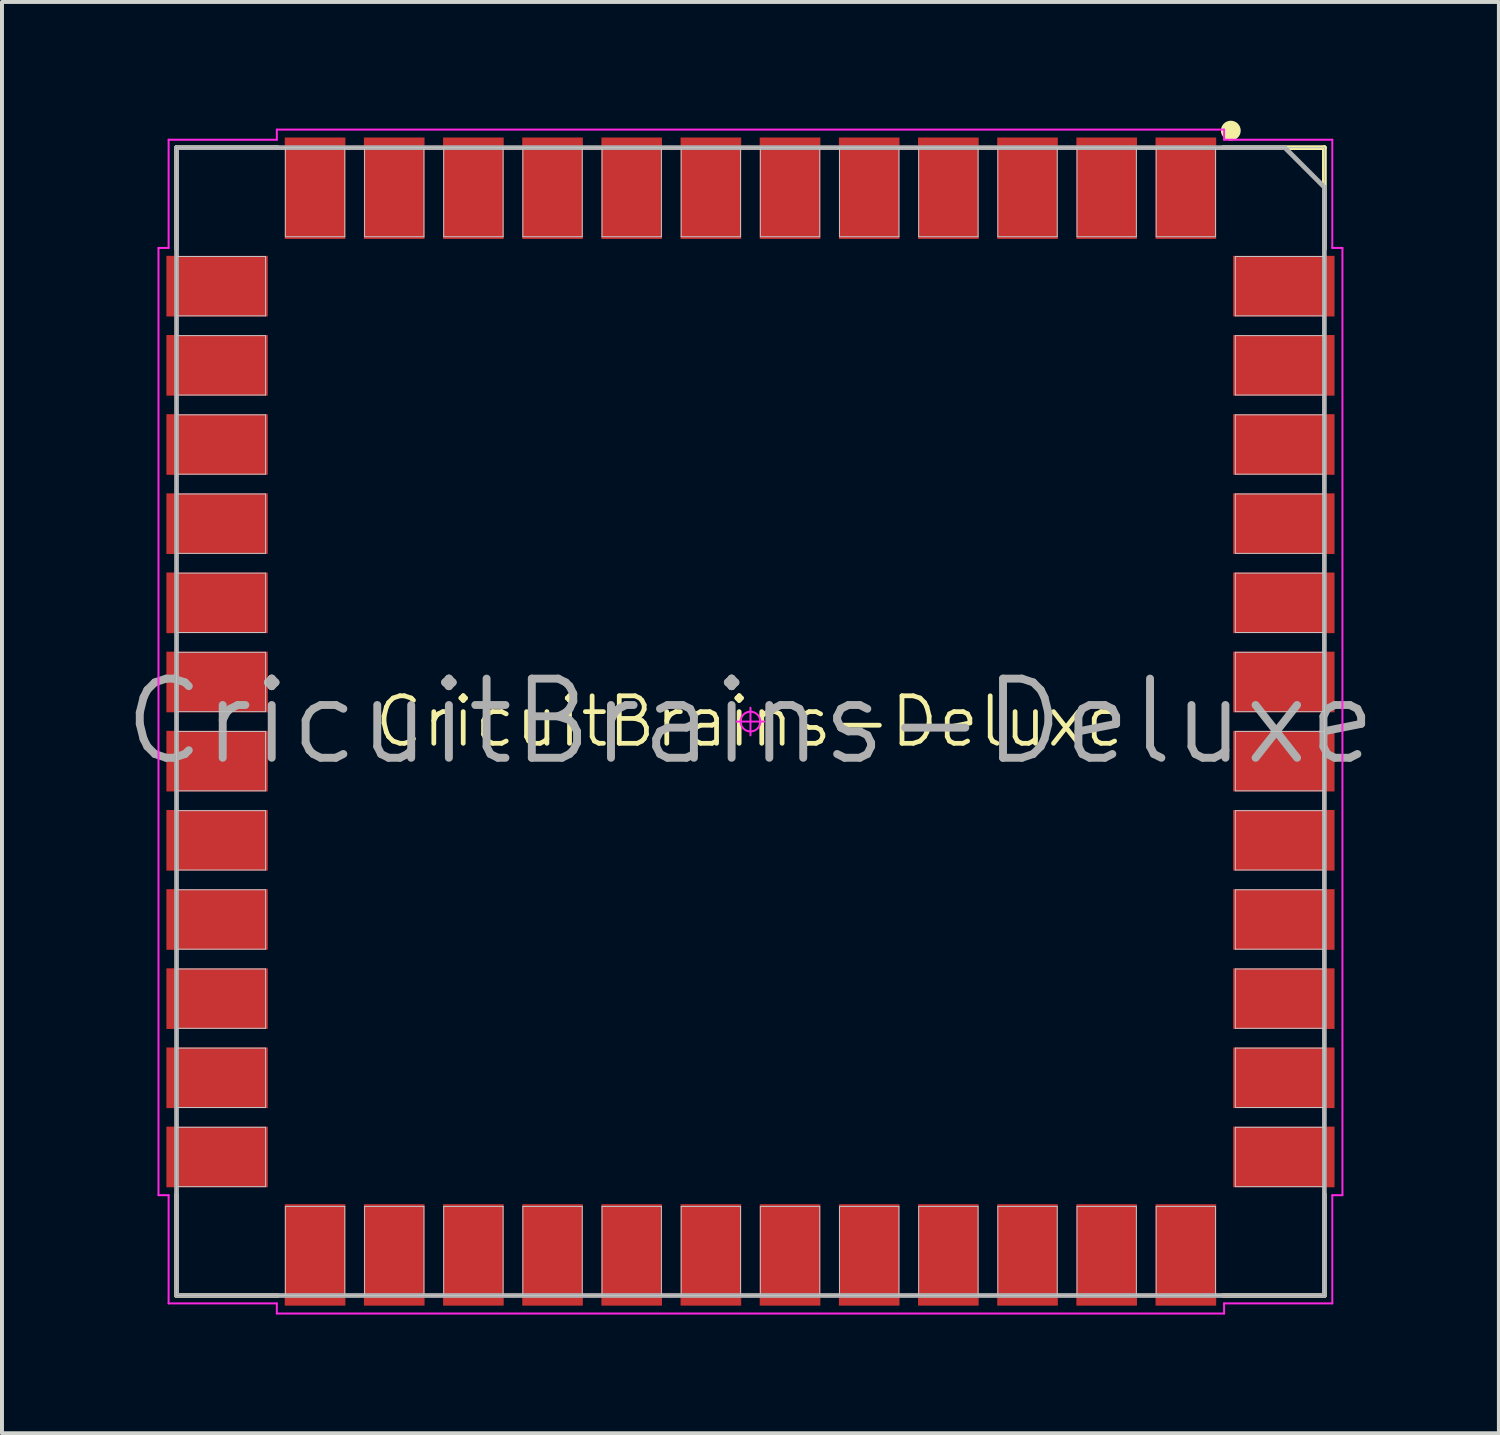
<source format=kicad_pcb>
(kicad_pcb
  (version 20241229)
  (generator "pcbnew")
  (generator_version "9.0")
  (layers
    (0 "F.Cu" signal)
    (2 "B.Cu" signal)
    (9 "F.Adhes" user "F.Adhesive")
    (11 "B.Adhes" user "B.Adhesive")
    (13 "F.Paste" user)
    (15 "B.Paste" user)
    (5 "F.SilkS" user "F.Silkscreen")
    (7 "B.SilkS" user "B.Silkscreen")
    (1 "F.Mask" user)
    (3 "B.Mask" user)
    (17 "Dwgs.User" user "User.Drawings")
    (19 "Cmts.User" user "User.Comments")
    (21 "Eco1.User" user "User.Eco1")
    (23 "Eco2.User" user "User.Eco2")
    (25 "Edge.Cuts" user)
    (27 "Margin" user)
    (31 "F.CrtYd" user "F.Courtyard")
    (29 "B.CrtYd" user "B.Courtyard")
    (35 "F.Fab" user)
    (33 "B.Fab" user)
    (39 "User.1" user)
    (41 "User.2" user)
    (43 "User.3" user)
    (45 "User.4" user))
  (footprint "CricuitBrains-Deluxe"
    (layer "F.Cu")
    (at 15.91 15.18)
    (property "Reference" "CricuitBrains-Deluxe" (at 0 0 0) (layer "F.SilkS") (effects (font (size 1.2 1.2) (thickness 0.12))))
    (attr smd)
    (fp_line (start -14.5 -14.5) (end -14.5 -11.946) (stroke (width 0.12) (type solid)) (layer "F.SilkS"))
    (fp_line (start -14.5 14.5) (end -14.5 11.946) (stroke (width 0.12) (type solid)) (layer "F.SilkS"))
    (fp_line (start -11.946 -14.5) (end -14.5 -14.5) (stroke (width 0.12) (type solid)) (layer "F.SilkS"))
    (fp_line (start -11.946 14.5) (end -14.5 14.5) (stroke (width 0.12) (type solid)) (layer "F.SilkS"))
    (fp_line (start 11.946 -14.5) (end 14.5 -14.5) (stroke (width 0.12) (type solid)) (layer "F.SilkS"))
    (fp_line (start 11.946 14.5) (end 14.5 14.5) (stroke (width 0.12) (type solid)) (layer "F.SilkS"))
    (fp_line (start 14.5 -14.5) (end 14.5 -11.946) (stroke (width 0.12) (type solid)) (layer "F.SilkS"))
    (fp_line (start 14.5 14.5) (end 14.5 11.946) (stroke (width 0.12) (type solid)) (layer "F.SilkS"))
    (fp_circle (center 12.136 -14.93) (end 12.136 -14.805) (stroke (width 0.25) (type solid)) (fill no) (layer "F.SilkS"))
    (fp_line (start -14.5 -14.5) (end 14.5 -14.5) (stroke (width 0.025) (type solid)) (layer "Dwgs.User"))
    (fp_line (start -14.5 -11.75) (end -12.25 -11.75) (stroke (width 0.025) (type solid)) (layer "Dwgs.User"))
    (fp_line (start -14.5 -10.25) (end -14.5 -11.75) (stroke (width 0.025) (type solid)) (layer "Dwgs.User"))
    (fp_line (start -14.5 -9.75) (end -12.25 -9.75) (stroke (width 0.025) (type solid)) (layer "Dwgs.User"))
    (fp_line (start -14.5 -8.25) (end -14.5 -9.75) (stroke (width 0.025) (type solid)) (layer "Dwgs.User"))
    (fp_line (start -14.5 -7.75) (end -12.25 -7.75) (stroke (width 0.025) (type solid)) (layer "Dwgs.User"))
    (fp_line (start -14.5 -6.25) (end -14.5 -7.75) (stroke (width 0.025) (type solid)) (layer "Dwgs.User"))
    (fp_line (start -14.5 -5.75) (end -12.25 -5.75) (stroke (width 0.025) (type solid)) (layer "Dwgs.User"))
    (fp_line (start -14.5 -4.25) (end -14.5 -5.75) (stroke (width 0.025) (type solid)) (layer "Dwgs.User"))
    (fp_line (start -14.5 -3.75) (end -12.25 -3.75) (stroke (width 0.025) (type solid)) (layer "Dwgs.User"))
    (fp_line (start -14.5 -2.25) (end -14.5 -3.75) (stroke (width 0.025) (type solid)) (layer "Dwgs.User"))
    (fp_line (start -14.5 -1.75) (end -12.25 -1.75) (stroke (width 0.025) (type solid)) (layer "Dwgs.User"))
    (fp_line (start -14.5 -0.25) (end -14.5 -1.75) (stroke (width 0.025) (type solid)) (layer "Dwgs.User"))
    (fp_line (start -14.5 0.25) (end -12.25 0.25) (stroke (width 0.025) (type solid)) (layer "Dwgs.User"))
    (fp_line (start -14.5 1.75) (end -14.5 0.25) (stroke (width 0.025) (type solid)) (layer "Dwgs.User"))
    (fp_line (start -14.5 2.25) (end -12.25 2.25) (stroke (width 0.025) (type solid)) (layer "Dwgs.User"))
    (fp_line (start -14.5 3.75) (end -14.5 2.25) (stroke (width 0.025) (type solid)) (layer "Dwgs.User"))
    (fp_line (start -14.5 4.25) (end -12.25 4.25) (stroke (width 0.025) (type solid)) (layer "Dwgs.User"))
    (fp_line (start -14.5 5.75) (end -14.5 4.25) (stroke (width 0.025) (type solid)) (layer "Dwgs.User"))
    (fp_line (start -14.5 6.25) (end -12.25 6.25) (stroke (width 0.025) (type solid)) (layer "Dwgs.User"))
    (fp_line (start -14.5 7.75) (end -14.5 6.25) (stroke (width 0.025) (type solid)) (layer "Dwgs.User"))
    (fp_line (start -14.5 8.25) (end -12.25 8.25) (stroke (width 0.025) (type solid)) (layer "Dwgs.User"))
    (fp_line (start -14.5 9.75) (end -14.5 8.25) (stroke (width 0.025) (type solid)) (layer "Dwgs.User"))
    (fp_line (start -14.5 10.25) (end -12.25 10.25) (stroke (width 0.025) (type solid)) (layer "Dwgs.User"))
    (fp_line (start -14.5 11.75) (end -14.5 10.25) (stroke (width 0.025) (type solid)) (layer "Dwgs.User"))
    (fp_line (start -14.5 14.5) (end -14.5 -14.5) (stroke (width 0.025) (type solid)) (layer "Dwgs.User"))
    (fp_line (start -12.25 -11.75) (end -12.25 -10.25) (stroke (width 0.025) (type solid)) (layer "Dwgs.User"))
    (fp_line (start -12.25 -10.25) (end -14.5 -10.25) (stroke (width 0.025) (type solid)) (layer "Dwgs.User"))
    (fp_line (start -12.25 -9.75) (end -12.25 -8.25) (stroke (width 0.025) (type solid)) (layer "Dwgs.User"))
    (fp_line (start -12.25 -8.25) (end -14.5 -8.25) (stroke (width 0.025) (type solid)) (layer "Dwgs.User"))
    (fp_line (start -12.25 -7.75) (end -12.25 -6.25) (stroke (width 0.025) (type solid)) (layer "Dwgs.User"))
    (fp_line (start -12.25 -6.25) (end -14.5 -6.25) (stroke (width 0.025) (type solid)) (layer "Dwgs.User"))
    (fp_line (start -12.25 -5.75) (end -12.25 -4.25) (stroke (width 0.025) (type solid)) (layer "Dwgs.User"))
    (fp_line (start -12.25 -4.25) (end -14.5 -4.25) (stroke (width 0.025) (type solid)) (layer "Dwgs.User"))
    (fp_line (start -12.25 -3.75) (end -12.25 -2.25) (stroke (width 0.025) (type solid)) (layer "Dwgs.User"))
    (fp_line (start -12.25 -2.25) (end -14.5 -2.25) (stroke (width 0.025) (type solid)) (layer "Dwgs.User"))
    (fp_line (start -12.25 -1.75) (end -12.25 -0.25) (stroke (width 0.025) (type solid)) (layer "Dwgs.User"))
    (fp_line (start -12.25 -0.25) (end -14.5 -0.25) (stroke (width 0.025) (type solid)) (layer "Dwgs.User"))
    (fp_line (start -12.25 0.25) (end -12.25 1.75) (stroke (width 0.025) (type solid)) (layer "Dwgs.User"))
    (fp_line (start -12.25 1.75) (end -14.5 1.75) (stroke (width 0.025) (type solid)) (layer "Dwgs.User"))
    (fp_line (start -12.25 2.25) (end -12.25 3.75) (stroke (width 0.025) (type solid)) (layer "Dwgs.User"))
    (fp_line (start -12.25 3.75) (end -14.5 3.75) (stroke (width 0.025) (type solid)) (layer "Dwgs.User"))
    (fp_line (start -12.25 4.25) (end -12.25 5.75) (stroke (width 0.025) (type solid)) (layer "Dwgs.User"))
    (fp_line (start -12.25 5.75) (end -14.5 5.75) (stroke (width 0.025) (type solid)) (layer "Dwgs.User"))
    (fp_line (start -12.25 6.25) (end -12.25 7.75) (stroke (width 0.025) (type solid)) (layer "Dwgs.User"))
    (fp_line (start -12.25 7.75) (end -14.5 7.75) (stroke (width 0.025) (type solid)) (layer "Dwgs.User"))
    (fp_line (start -12.25 8.25) (end -12.25 9.75) (stroke (width 0.025) (type solid)) (layer "Dwgs.User"))
    (fp_line (start -12.25 9.75) (end -14.5 9.75) (stroke (width 0.025) (type solid)) (layer "Dwgs.User"))
    (fp_line (start -12.25 10.25) (end -12.25 11.75) (stroke (width 0.025) (type solid)) (layer "Dwgs.User"))
    (fp_line (start -12.25 11.75) (end -14.5 11.75) (stroke (width 0.025) (type solid)) (layer "Dwgs.User"))
    (fp_line (start -11.75 -14.5) (end -10.25 -14.5) (stroke (width 0.025) (type solid)) (layer "Dwgs.User"))
    (fp_line (start -11.75 -12.25) (end -11.75 -14.5) (stroke (width 0.025) (type solid)) (layer "Dwgs.User"))
    (fp_line (start -11.75 12.25) (end -10.25 12.25) (stroke (width 0.025) (type solid)) (layer "Dwgs.User"))
    (fp_line (start -11.75 14.5) (end -11.75 12.25) (stroke (width 0.025) (type solid)) (layer "Dwgs.User"))
    (fp_line (start -10.25 -14.5) (end -10.25 -12.25) (stroke (width 0.025) (type solid)) (layer "Dwgs.User"))
    (fp_line (start -10.25 -12.25) (end -11.75 -12.25) (stroke (width 0.025) (type solid)) (layer "Dwgs.User"))
    (fp_line (start -10.25 12.25) (end -10.25 14.5) (stroke (width 0.025) (type solid)) (layer "Dwgs.User"))
    (fp_line (start -10.25 14.5) (end -11.75 14.5) (stroke (width 0.025) (type solid)) (layer "Dwgs.User"))
    (fp_line (start -9.75 -14.5) (end -8.25 -14.5) (stroke (width 0.025) (type solid)) (layer "Dwgs.User"))
    (fp_line (start -9.75 -12.25) (end -9.75 -14.5) (stroke (width 0.025) (type solid)) (layer "Dwgs.User"))
    (fp_line (start -9.75 12.25) (end -8.25 12.25) (stroke (width 0.025) (type solid)) (layer "Dwgs.User"))
    (fp_line (start -9.75 14.5) (end -9.75 12.25) (stroke (width 0.025) (type solid)) (layer "Dwgs.User"))
    (fp_line (start -8.25 -14.5) (end -8.25 -12.25) (stroke (width 0.025) (type solid)) (layer "Dwgs.User"))
    (fp_line (start -8.25 -12.25) (end -9.75 -12.25) (stroke (width 0.025) (type solid)) (layer "Dwgs.User"))
    (fp_line (start -8.25 12.25) (end -8.25 14.5) (stroke (width 0.025) (type solid)) (layer "Dwgs.User"))
    (fp_line (start -8.25 14.5) (end -9.75 14.5) (stroke (width 0.025) (type solid)) (layer "Dwgs.User"))
    (fp_line (start -7.75 -14.5) (end -6.25 -14.5) (stroke (width 0.025) (type solid)) (layer "Dwgs.User"))
    (fp_line (start -7.75 -12.25) (end -7.75 -14.5) (stroke (width 0.025) (type solid)) (layer "Dwgs.User"))
    (fp_line (start -7.75 12.25) (end -6.25 12.25) (stroke (width 0.025) (type solid)) (layer "Dwgs.User"))
    (fp_line (start -7.75 14.5) (end -7.75 12.25) (stroke (width 0.025) (type solid)) (layer "Dwgs.User"))
    (fp_line (start -6.25 -14.5) (end -6.25 -12.25) (stroke (width 0.025) (type solid)) (layer "Dwgs.User"))
    (fp_line (start -6.25 -12.25) (end -7.75 -12.25) (stroke (width 0.025) (type solid)) (layer "Dwgs.User"))
    (fp_line (start -6.25 12.25) (end -6.25 14.5) (stroke (width 0.025) (type solid)) (layer "Dwgs.User"))
    (fp_line (start -6.25 14.5) (end -7.75 14.5) (stroke (width 0.025) (type solid)) (layer "Dwgs.User"))
    (fp_line (start -5.75 -14.5) (end -4.25 -14.5) (stroke (width 0.025) (type solid)) (layer "Dwgs.User"))
    (fp_line (start -5.75 -12.25) (end -5.75 -14.5) (stroke (width 0.025) (type solid)) (layer "Dwgs.User"))
    (fp_line (start -5.75 12.25) (end -4.25 12.25) (stroke (width 0.025) (type solid)) (layer "Dwgs.User"))
    (fp_line (start -5.75 14.5) (end -5.75 12.25) (stroke (width 0.025) (type solid)) (layer "Dwgs.User"))
    (fp_line (start -4.25 -14.5) (end -4.25 -12.25) (stroke (width 0.025) (type solid)) (layer "Dwgs.User"))
    (fp_line (start -4.25 -12.25) (end -5.75 -12.25) (stroke (width 0.025) (type solid)) (layer "Dwgs.User"))
    (fp_line (start -4.25 12.25) (end -4.25 14.5) (stroke (width 0.025) (type solid)) (layer "Dwgs.User"))
    (fp_line (start -4.25 14.5) (end -5.75 14.5) (stroke (width 0.025) (type solid)) (layer "Dwgs.User"))
    (fp_line (start -3.75 -14.5) (end -2.25 -14.5) (stroke (width 0.025) (type solid)) (layer "Dwgs.User"))
    (fp_line (start -3.75 -12.25) (end -3.75 -14.5) (stroke (width 0.025) (type solid)) (layer "Dwgs.User"))
    (fp_line (start -3.75 12.25) (end -2.25 12.25) (stroke (width 0.025) (type solid)) (layer "Dwgs.User"))
    (fp_line (start -3.75 14.5) (end -3.75 12.25) (stroke (width 0.025) (type solid)) (layer "Dwgs.User"))
    (fp_line (start -2.25 -14.5) (end -2.25 -12.25) (stroke (width 0.025) (type solid)) (layer "Dwgs.User"))
    (fp_line (start -2.25 -12.25) (end -3.75 -12.25) (stroke (width 0.025) (type solid)) (layer "Dwgs.User"))
    (fp_line (start -2.25 12.25) (end -2.25 14.5) (stroke (width 0.025) (type solid)) (layer "Dwgs.User"))
    (fp_line (start -2.25 14.5) (end -3.75 14.5) (stroke (width 0.025) (type solid)) (layer "Dwgs.User"))
    (fp_line (start -1.75 -14.5) (end -0.25 -14.5) (stroke (width 0.025) (type solid)) (layer "Dwgs.User"))
    (fp_line (start -1.75 -12.25) (end -1.75 -14.5) (stroke (width 0.025) (type solid)) (layer "Dwgs.User"))
    (fp_line (start -1.75 12.25) (end -0.25 12.25) (stroke (width 0.025) (type solid)) (layer "Dwgs.User"))
    (fp_line (start -1.75 14.5) (end -1.75 12.25) (stroke (width 0.025) (type solid)) (layer "Dwgs.User"))
    (fp_line (start -0.25 -14.5) (end -0.25 -12.25) (stroke (width 0.025) (type solid)) (layer "Dwgs.User"))
    (fp_line (start -0.25 -12.25) (end -1.75 -12.25) (stroke (width 0.025) (type solid)) (layer "Dwgs.User"))
    (fp_line (start -0.25 12.25) (end -0.25 14.5) (stroke (width 0.025) (type solid)) (layer "Dwgs.User"))
    (fp_line (start -0.25 14.5) (end -1.75 14.5) (stroke (width 0.025) (type solid)) (layer "Dwgs.User"))
    (fp_line (start 0.25 -14.5) (end 1.75 -14.5) (stroke (width 0.025) (type solid)) (layer "Dwgs.User"))
    (fp_line (start 0.25 -12.25) (end 0.25 -14.5) (stroke (width 0.025) (type solid)) (layer "Dwgs.User"))
    (fp_line (start 0.25 12.25) (end 1.75 12.25) (stroke (width 0.025) (type solid)) (layer "Dwgs.User"))
    (fp_line (start 0.25 14.5) (end 0.25 12.25) (stroke (width 0.025) (type solid)) (layer "Dwgs.User"))
    (fp_line (start 1.75 -14.5) (end 1.75 -12.25) (stroke (width 0.025) (type solid)) (layer "Dwgs.User"))
    (fp_line (start 1.75 -12.25) (end 0.25 -12.25) (stroke (width 0.025) (type solid)) (layer "Dwgs.User"))
    (fp_line (start 1.75 12.25) (end 1.75 14.5) (stroke (width 0.025) (type solid)) (layer "Dwgs.User"))
    (fp_line (start 1.75 14.5) (end 0.25 14.5) (stroke (width 0.025) (type solid)) (layer "Dwgs.User"))
    (fp_line (start 2.25 -14.5) (end 3.75 -14.5) (stroke (width 0.025) (type solid)) (layer "Dwgs.User"))
    (fp_line (start 2.25 -12.25) (end 2.25 -14.5) (stroke (width 0.025) (type solid)) (layer "Dwgs.User"))
    (fp_line (start 2.25 12.25) (end 3.75 12.25) (stroke (width 0.025) (type solid)) (layer "Dwgs.User"))
    (fp_line (start 2.25 14.5) (end 2.25 12.25) (stroke (width 0.025) (type solid)) (layer "Dwgs.User"))
    (fp_line (start 3.75 -14.5) (end 3.75 -12.25) (stroke (width 0.025) (type solid)) (layer "Dwgs.User"))
    (fp_line (start 3.75 -12.25) (end 2.25 -12.25) (stroke (width 0.025) (type solid)) (layer "Dwgs.User"))
    (fp_line (start 3.75 12.25) (end 3.75 14.5) (stroke (width 0.025) (type solid)) (layer "Dwgs.User"))
    (fp_line (start 3.75 14.5) (end 2.25 14.5) (stroke (width 0.025) (type solid)) (layer "Dwgs.User"))
    (fp_line (start 4.25 -14.5) (end 5.75 -14.5) (stroke (width 0.025) (type solid)) (layer "Dwgs.User"))
    (fp_line (start 4.25 -12.25) (end 4.25 -14.5) (stroke (width 0.025) (type solid)) (layer "Dwgs.User"))
    (fp_line (start 4.25 12.25) (end 5.75 12.25) (stroke (width 0.025) (type solid)) (layer "Dwgs.User"))
    (fp_line (start 4.25 14.5) (end 4.25 12.25) (stroke (width 0.025) (type solid)) (layer "Dwgs.User"))
    (fp_line (start 5.75 -14.5) (end 5.75 -12.25) (stroke (width 0.025) (type solid)) (layer "Dwgs.User"))
    (fp_line (start 5.75 -12.25) (end 4.25 -12.25) (stroke (width 0.025) (type solid)) (layer "Dwgs.User"))
    (fp_line (start 5.75 12.25) (end 5.75 14.5) (stroke (width 0.025) (type solid)) (layer "Dwgs.User"))
    (fp_line (start 5.75 14.5) (end 4.25 14.5) (stroke (width 0.025) (type solid)) (layer "Dwgs.User"))
    (fp_line (start 6.25 -14.5) (end 7.75 -14.5) (stroke (width 0.025) (type solid)) (layer "Dwgs.User"))
    (fp_line (start 6.25 -12.25) (end 6.25 -14.5) (stroke (width 0.025) (type solid)) (layer "Dwgs.User"))
    (fp_line (start 6.25 12.25) (end 7.75 12.25) (stroke (width 0.025) (type solid)) (layer "Dwgs.User"))
    (fp_line (start 6.25 14.5) (end 6.25 12.25) (stroke (width 0.025) (type solid)) (layer "Dwgs.User"))
    (fp_line (start 7.75 -14.5) (end 7.75 -12.25) (stroke (width 0.025) (type solid)) (layer "Dwgs.User"))
    (fp_line (start 7.75 -12.25) (end 6.25 -12.25) (stroke (width 0.025) (type solid)) (layer "Dwgs.User"))
    (fp_line (start 7.75 12.25) (end 7.75 14.5) (stroke (width 0.025) (type solid)) (layer "Dwgs.User"))
    (fp_line (start 7.75 14.5) (end 6.25 14.5) (stroke (width 0.025) (type solid)) (layer "Dwgs.User"))
    (fp_line (start 8.25 -14.5) (end 9.75 -14.5) (stroke (width 0.025) (type solid)) (layer "Dwgs.User"))
    (fp_line (start 8.25 -12.25) (end 8.25 -14.5) (stroke (width 0.025) (type solid)) (layer "Dwgs.User"))
    (fp_line (start 8.25 12.25) (end 9.75 12.25) (stroke (width 0.025) (type solid)) (layer "Dwgs.User"))
    (fp_line (start 8.25 14.5) (end 8.25 12.25) (stroke (width 0.025) (type solid)) (layer "Dwgs.User"))
    (fp_line (start 9.75 -14.5) (end 9.75 -12.25) (stroke (width 0.025) (type solid)) (layer "Dwgs.User"))
    (fp_line (start 9.75 -12.25) (end 8.25 -12.25) (stroke (width 0.025) (type solid)) (layer "Dwgs.User"))
    (fp_line (start 9.75 12.25) (end 9.75 14.5) (stroke (width 0.025) (type solid)) (layer "Dwgs.User"))
    (fp_line (start 9.75 14.5) (end 8.25 14.5) (stroke (width 0.025) (type solid)) (layer "Dwgs.User"))
    (fp_line (start 10.25 -14.5) (end 11.75 -14.5) (stroke (width 0.025) (type solid)) (layer "Dwgs.User"))
    (fp_line (start 10.25 -12.25) (end 10.25 -14.5) (stroke (width 0.025) (type solid)) (layer "Dwgs.User"))
    (fp_line (start 10.25 12.25) (end 11.75 12.25) (stroke (width 0.025) (type solid)) (layer "Dwgs.User"))
    (fp_line (start 10.25 14.5) (end 10.25 12.25) (stroke (width 0.025) (type solid)) (layer "Dwgs.User"))
    (fp_line (start 11.75 -14.5) (end 11.75 -12.25) (stroke (width 0.025) (type solid)) (layer "Dwgs.User"))
    (fp_line (start 11.75 -12.25) (end 10.25 -12.25) (stroke (width 0.025) (type solid)) (layer "Dwgs.User"))
    (fp_line (start 11.75 12.25) (end 11.75 14.5) (stroke (width 0.025) (type solid)) (layer "Dwgs.User"))
    (fp_line (start 11.75 14.5) (end 10.25 14.5) (stroke (width 0.025) (type solid)) (layer "Dwgs.User"))
    (fp_line (start 12.25 -11.75) (end 14.5 -11.75) (stroke (width 0.025) (type solid)) (layer "Dwgs.User"))
    (fp_line (start 12.25 -10.25) (end 12.25 -11.75) (stroke (width 0.025) (type solid)) (layer "Dwgs.User"))
    (fp_line (start 12.25 -9.75) (end 14.5 -9.75) (stroke (width 0.025) (type solid)) (layer "Dwgs.User"))
    (fp_line (start 12.25 -8.25) (end 12.25 -9.75) (stroke (width 0.025) (type solid)) (layer "Dwgs.User"))
    (fp_line (start 12.25 -7.75) (end 14.5 -7.75) (stroke (width 0.025) (type solid)) (layer "Dwgs.User"))
    (fp_line (start 12.25 -6.25) (end 12.25 -7.75) (stroke (width 0.025) (type solid)) (layer "Dwgs.User"))
    (fp_line (start 12.25 -5.75) (end 14.5 -5.75) (stroke (width 0.025) (type solid)) (layer "Dwgs.User"))
    (fp_line (start 12.25 -4.25) (end 12.25 -5.75) (stroke (width 0.025) (type solid)) (layer "Dwgs.User"))
    (fp_line (start 12.25 -3.75) (end 14.5 -3.75) (stroke (width 0.025) (type solid)) (layer "Dwgs.User"))
    (fp_line (start 12.25 -2.25) (end 12.25 -3.75) (stroke (width 0.025) (type solid)) (layer "Dwgs.User"))
    (fp_line (start 12.25 -1.75) (end 14.5 -1.75) (stroke (width 0.025) (type solid)) (layer "Dwgs.User"))
    (fp_line (start 12.25 -0.25) (end 12.25 -1.75) (stroke (width 0.025) (type solid)) (layer "Dwgs.User"))
    (fp_line (start 12.25 0.25) (end 14.5 0.25) (stroke (width 0.025) (type solid)) (layer "Dwgs.User"))
    (fp_line (start 12.25 1.75) (end 12.25 0.25) (stroke (width 0.025) (type solid)) (layer "Dwgs.User"))
    (fp_line (start 12.25 2.25) (end 14.5 2.25) (stroke (width 0.025) (type solid)) (layer "Dwgs.User"))
    (fp_line (start 12.25 3.75) (end 12.25 2.25) (stroke (width 0.025) (type solid)) (layer "Dwgs.User"))
    (fp_line (start 12.25 4.25) (end 14.5 4.25) (stroke (width 0.025) (type solid)) (layer "Dwgs.User"))
    (fp_line (start 12.25 5.75) (end 12.25 4.25) (stroke (width 0.025) (type solid)) (layer "Dwgs.User"))
    (fp_line (start 12.25 6.25) (end 14.5 6.25) (stroke (width 0.025) (type solid)) (layer "Dwgs.User"))
    (fp_line (start 12.25 7.75) (end 12.25 6.25) (stroke (width 0.025) (type solid)) (layer "Dwgs.User"))
    (fp_line (start 12.25 8.25) (end 14.5 8.25) (stroke (width 0.025) (type solid)) (layer "Dwgs.User"))
    (fp_line (start 12.25 9.75) (end 12.25 8.25) (stroke (width 0.025) (type solid)) (layer "Dwgs.User"))
    (fp_line (start 12.25 10.25) (end 14.5 10.25) (stroke (width 0.025) (type solid)) (layer "Dwgs.User"))
    (fp_line (start 12.25 11.75) (end 12.25 10.25) (stroke (width 0.025) (type solid)) (layer "Dwgs.User"))
    (fp_line (start 14.5 -14.5) (end 14.5 14.5) (stroke (width 0.025) (type solid)) (layer "Dwgs.User"))
    (fp_line (start 14.5 -11.75) (end 14.5 -10.25) (stroke (width 0.025) (type solid)) (layer "Dwgs.User"))
    (fp_line (start 14.5 -10.25) (end 12.25 -10.25) (stroke (width 0.025) (type solid)) (layer "Dwgs.User"))
    (fp_line (start 14.5 -9.75) (end 14.5 -8.25) (stroke (width 0.025) (type solid)) (layer "Dwgs.User"))
    (fp_line (start 14.5 -8.25) (end 12.25 -8.25) (stroke (width 0.025) (type solid)) (layer "Dwgs.User"))
    (fp_line (start 14.5 -7.75) (end 14.5 -6.25) (stroke (width 0.025) (type solid)) (layer "Dwgs.User"))
    (fp_line (start 14.5 -6.25) (end 12.25 -6.25) (stroke (width 0.025) (type solid)) (layer "Dwgs.User"))
    (fp_line (start 14.5 -5.75) (end 14.5 -4.25) (stroke (width 0.025) (type solid)) (layer "Dwgs.User"))
    (fp_line (start 14.5 -4.25) (end 12.25 -4.25) (stroke (width 0.025) (type solid)) (layer "Dwgs.User"))
    (fp_line (start 14.5 -3.75) (end 14.5 -2.25) (stroke (width 0.025) (type solid)) (layer "Dwgs.User"))
    (fp_line (start 14.5 -2.25) (end 12.25 -2.25) (stroke (width 0.025) (type solid)) (layer "Dwgs.User"))
    (fp_line (start 14.5 -1.75) (end 14.5 -0.25) (stroke (width 0.025) (type solid)) (layer "Dwgs.User"))
    (fp_line (start 14.5 -0.25) (end 12.25 -0.25) (stroke (width 0.025) (type solid)) (layer "Dwgs.User"))
    (fp_line (start 14.5 0.25) (end 14.5 1.75) (stroke (width 0.025) (type solid)) (layer "Dwgs.User"))
    (fp_line (start 14.5 1.75) (end 12.25 1.75) (stroke (width 0.025) (type solid)) (layer "Dwgs.User"))
    (fp_line (start 14.5 2.25) (end 14.5 3.75) (stroke (width 0.025) (type solid)) (layer "Dwgs.User"))
    (fp_line (start 14.5 3.75) (end 12.25 3.75) (stroke (width 0.025) (type solid)) (layer "Dwgs.User"))
    (fp_line (start 14.5 4.25) (end 14.5 5.75) (stroke (width 0.025) (type solid)) (layer "Dwgs.User"))
    (fp_line (start 14.5 5.75) (end 12.25 5.75) (stroke (width 0.025) (type solid)) (layer "Dwgs.User"))
    (fp_line (start 14.5 6.25) (end 14.5 7.75) (stroke (width 0.025) (type solid)) (layer "Dwgs.User"))
    (fp_line (start 14.5 7.75) (end 12.25 7.75) (stroke (width 0.025) (type solid)) (layer "Dwgs.User"))
    (fp_line (start 14.5 8.25) (end 14.5 9.75) (stroke (width 0.025) (type solid)) (layer "Dwgs.User"))
    (fp_line (start 14.5 9.75) (end 12.25 9.75) (stroke (width 0.025) (type solid)) (layer "Dwgs.User"))
    (fp_line (start 14.5 10.25) (end 14.5 11.75) (stroke (width 0.025) (type solid)) (layer "Dwgs.User"))
    (fp_line (start 14.5 11.75) (end 12.25 11.75) (stroke (width 0.025) (type solid)) (layer "Dwgs.User"))
    (fp_line (start 14.5 14.5) (end -14.5 14.5) (stroke (width 0.025) (type solid)) (layer "Dwgs.User"))
    (fp_line (start -14.956 -11.966) (end -14.956 11.966) (stroke (width 0.05) (type solid)) (layer "F.CrtYd"))
    (fp_line (start -14.956 11.966) (end -14.7 11.966) (stroke (width 0.05) (type solid)) (layer "F.CrtYd"))
    (fp_line (start -14.7 -14.7) (end -14.7 -11.966) (stroke (width 0.05) (type solid)) (layer "F.CrtYd"))
    (fp_line (start -14.7 -11.966) (end -14.956 -11.966) (stroke (width 0.05) (type solid)) (layer "F.CrtYd"))
    (fp_line (start -14.7 11.966) (end -14.7 14.7) (stroke (width 0.05) (type solid)) (layer "F.CrtYd"))
    (fp_line (start -14.7 14.7) (end -11.966 14.7) (stroke (width 0.05) (type solid)) (layer "F.CrtYd"))
    (fp_line (start -11.966 -14.956) (end -11.966 -14.7) (stroke (width 0.05) (type solid)) (layer "F.CrtYd"))
    (fp_line (start -11.966 -14.7) (end -14.7 -14.7) (stroke (width 0.05) (type solid)) (layer "F.CrtYd"))
    (fp_line (start -11.966 14.7) (end -11.966 14.956) (stroke (width 0.05) (type solid)) (layer "F.CrtYd"))
    (fp_line (start -11.966 14.956) (end 11.966 14.956) (stroke (width 0.05) (type solid)) (layer "F.CrtYd"))
    (fp_line (start 0 0.35) (end 0 -0.35) (stroke (width 0.05) (type solid)) (layer "F.CrtYd"))
    (fp_line (start 0.35 0) (end -0.35 0) (stroke (width 0.05) (type solid)) (layer "F.CrtYd"))
    (fp_line (start 11.966 -14.956) (end -11.966 -14.956) (stroke (width 0.05) (type solid)) (layer "F.CrtYd"))
    (fp_line (start 11.966 -14.7) (end 11.966 -14.956) (stroke (width 0.05) (type solid)) (layer "F.CrtYd"))
    (fp_line (start 11.966 14.7) (end 14.7 14.7) (stroke (width 0.05) (type solid)) (layer "F.CrtYd"))
    (fp_line (start 11.966 14.956) (end 11.966 14.7) (stroke (width 0.05) (type solid)) (layer "F.CrtYd"))
    (fp_line (start 14.7 -14.7) (end 11.966 -14.7) (stroke (width 0.05) (type solid)) (layer "F.CrtYd"))
    (fp_line (start 14.7 -11.966) (end 14.7 -14.7) (stroke (width 0.05) (type solid)) (layer "F.CrtYd"))
    (fp_line (start 14.7 11.966) (end 14.956 11.966) (stroke (width 0.05) (type solid)) (layer "F.CrtYd"))
    (fp_line (start 14.7 14.7) (end 14.7 11.966) (stroke (width 0.05) (type solid)) (layer "F.CrtYd"))
    (fp_line (start 14.956 -11.966) (end 14.7 -11.966) (stroke (width 0.05) (type solid)) (layer "F.CrtYd"))
    (fp_line (start 14.956 11.966) (end 14.956 -11.966) (stroke (width 0.05) (type solid)) (layer "F.CrtYd"))
    (fp_circle (center 0 0) (end 0 0.25) (stroke (width 0.05) (type solid)) (fill no) (layer "F.CrtYd"))
    (fp_line (start -14.5 -14.5) (end 13.5 -14.5) (stroke (width 0.12) (type solid)) (layer "F.Fab"))
    (fp_line (start -14.5 14.5) (end -14.5 -14.5) (stroke (width 0.12) (type solid)) (layer "F.Fab"))
    (fp_line (start 13.5 -14.5) (end 14.5 -13.5) (stroke (width 0.12) (type solid)) (layer "F.Fab"))
    (fp_line (start 14.5 -13.5) (end 14.5 14.5) (stroke (width 0.12) (type solid)) (layer "F.Fab"))
    (fp_line (start 14.5 14.5) (end -14.5 14.5) (stroke (width 0.12) (type solid)) (layer "F.Fab"))
    (fp_text user "${REFERENCE}" (at 0 0 0) (layer "F.Fab") (effects (font (size 2 2) (thickness 0.2))))
    (pad "1" smd rect (at 11 -13.475 90) (size 2.562 1.532) (layers "F.Cu" "F.Mask" "F.Paste"))
    (pad "2" smd rect (at 9 -13.475 90) (size 2.562 1.532) (layers "F.Cu" "F.Mask" "F.Paste"))
    (pad "3" smd rect (at 7 -13.475 90) (size 2.562 1.532) (layers "F.Cu" "F.Mask" "F.Paste"))
    (pad "4" smd rect (at 5 -13.475 90) (size 2.562 1.532) (layers "F.Cu" "F.Mask" "F.Paste"))
    (pad "5" smd rect (at 3 -13.475 90) (size 2.562 1.532) (layers "F.Cu" "F.Mask" "F.Paste"))
    (pad "6" smd rect (at 1 -13.475 90) (size 2.562 1.532) (layers "F.Cu" "F.Mask" "F.Paste"))
    (pad "7" smd rect (at -1 -13.475 90) (size 2.562 1.532) (layers "F.Cu" "F.Mask" "F.Paste"))
    (pad "8" smd rect (at -3 -13.475 90) (size 2.562 1.532) (layers "F.Cu" "F.Mask" "F.Paste"))
    (pad "9" smd rect (at -5 -13.475 90) (size 2.562 1.532) (layers "F.Cu" "F.Mask" "F.Paste"))
    (pad "10" smd rect (at -7 -13.475 90) (size 2.562 1.532) (layers "F.Cu" "F.Mask" "F.Paste"))
    (pad "11" smd rect (at -9 -13.475 90) (size 2.562 1.532) (layers "F.Cu" "F.Mask" "F.Paste"))
    (pad "12" smd rect (at -11 -13.475 90) (size 2.562 1.532) (layers "F.Cu" "F.Mask" "F.Paste"))
    (pad "13" smd rect (at -13.475 -11) (size 2.562 1.532) (layers "F.Cu" "F.Mask" "F.Paste"))
    (pad "14" smd rect (at -13.475 -9) (size 2.562 1.532) (layers "F.Cu" "F.Mask" "F.Paste"))
    (pad "15" smd rect (at -13.475 -7) (size 2.562 1.532) (layers "F.Cu" "F.Mask" "F.Paste"))
    (pad "16" smd rect (at -13.475 -5) (size 2.562 1.532) (layers "F.Cu" "F.Mask" "F.Paste"))
    (pad "17" smd rect (at -13.475 -3) (size 2.562 1.532) (layers "F.Cu" "F.Mask" "F.Paste"))
    (pad "18" smd rect (at -13.475 -1) (size 2.562 1.532) (layers "F.Cu" "F.Mask" "F.Paste"))
    (pad "19" smd rect (at -13.475 1) (size 2.562 1.532) (layers "F.Cu" "F.Mask" "F.Paste"))
    (pad "20" smd rect (at -13.475 3) (size 2.562 1.532) (layers "F.Cu" "F.Mask" "F.Paste"))
    (pad "21" smd rect (at -13.475 5) (size 2.562 1.532) (layers "F.Cu" "F.Mask" "F.Paste"))
    (pad "22" smd rect (at -13.475 7) (size 2.562 1.532) (layers "F.Cu" "F.Mask" "F.Paste"))
    (pad "23" smd rect (at -13.475 9) (size 2.562 1.532) (layers "F.Cu" "F.Mask" "F.Paste"))
    (pad "24" smd rect (at -13.475 11) (size 2.562 1.532) (layers "F.Cu" "F.Mask" "F.Paste"))
    (pad "25" smd rect (at -11 13.475 90) (size 2.562 1.532) (layers "F.Cu" "F.Mask" "F.Paste"))
    (pad "26" smd rect (at -9 13.475 90) (size 2.562 1.532) (layers "F.Cu" "F.Mask" "F.Paste"))
    (pad "27" smd rect (at -7 13.475 90) (size 2.562 1.532) (layers "F.Cu" "F.Mask" "F.Paste"))
    (pad "28" smd rect (at -5 13.475 90) (size 2.562 1.532) (layers "F.Cu" "F.Mask" "F.Paste"))
    (pad "29" smd rect (at -3 13.475 90) (size 2.562 1.532) (layers "F.Cu" "F.Mask" "F.Paste"))
    (pad "30" smd rect (at -1 13.475 90) (size 2.562 1.532) (layers "F.Cu" "F.Mask" "F.Paste"))
    (pad "31" smd rect (at 1 13.475 90) (size 2.562 1.532) (layers "F.Cu" "F.Mask" "F.Paste"))
    (pad "32" smd rect (at 3 13.475 90) (size 2.562 1.532) (layers "F.Cu" "F.Mask" "F.Paste"))
    (pad "33" smd rect (at 5 13.475 90) (size 2.562 1.532) (layers "F.Cu" "F.Mask" "F.Paste"))
    (pad "34" smd rect (at 7 13.475 90) (size 2.562 1.532) (layers "F.Cu" "F.Mask" "F.Paste"))
    (pad "35" smd rect (at 9 13.475 90) (size 2.562 1.532) (layers "F.Cu" "F.Mask" "F.Paste"))
    (pad "36" smd rect (at 11 13.475 90) (size 2.562 1.532) (layers "F.Cu" "F.Mask" "F.Paste"))
    (pad "37" smd rect (at 13.475 11) (size 2.562 1.532) (layers "F.Cu" "F.Mask" "F.Paste"))
    (pad "38" smd rect (at 13.475 9) (size 2.562 1.532) (layers "F.Cu" "F.Mask" "F.Paste"))
    (pad "39" smd rect (at 13.475 7) (size 2.562 1.532) (layers "F.Cu" "F.Mask" "F.Paste"))
    (pad "40" smd rect (at 13.475 5) (size 2.562 1.532) (layers "F.Cu" "F.Mask" "F.Paste"))
    (pad "41" smd rect (at 13.475 3) (size 2.562 1.532) (layers "F.Cu" "F.Mask" "F.Paste"))
    (pad "42" smd rect (at 13.475 1) (size 2.562 1.532) (layers "F.Cu" "F.Mask" "F.Paste"))
    (pad "43" smd rect (at 13.475 -1) (size 2.562 1.532) (layers "F.Cu" "F.Mask" "F.Paste"))
    (pad "44" smd rect (at 13.475 -3) (size 2.562 1.532) (layers "F.Cu" "F.Mask" "F.Paste"))
    (pad "45" smd rect (at 13.475 -5) (size 2.562 1.532) (layers "F.Cu" "F.Mask" "F.Paste"))
    (pad "46" smd rect (at 13.475 -7) (size 2.562 1.532) (layers "F.Cu" "F.Mask" "F.Paste"))
    (pad "47" smd rect (at 13.475 -9) (size 2.562 1.532) (layers "F.Cu" "F.Mask" "F.Paste"))
    (pad "48" smd rect (at 13.475 -11) (size 2.562 1.532) (layers "F.Cu" "F.Mask" "F.Paste")))
  (gr_rect
    (start -3 -3)
    (end 34.819 33.161)
    (stroke (width 0.1) (type default))
    (fill no)
    (layer "Edge.Cuts")))
</source>
